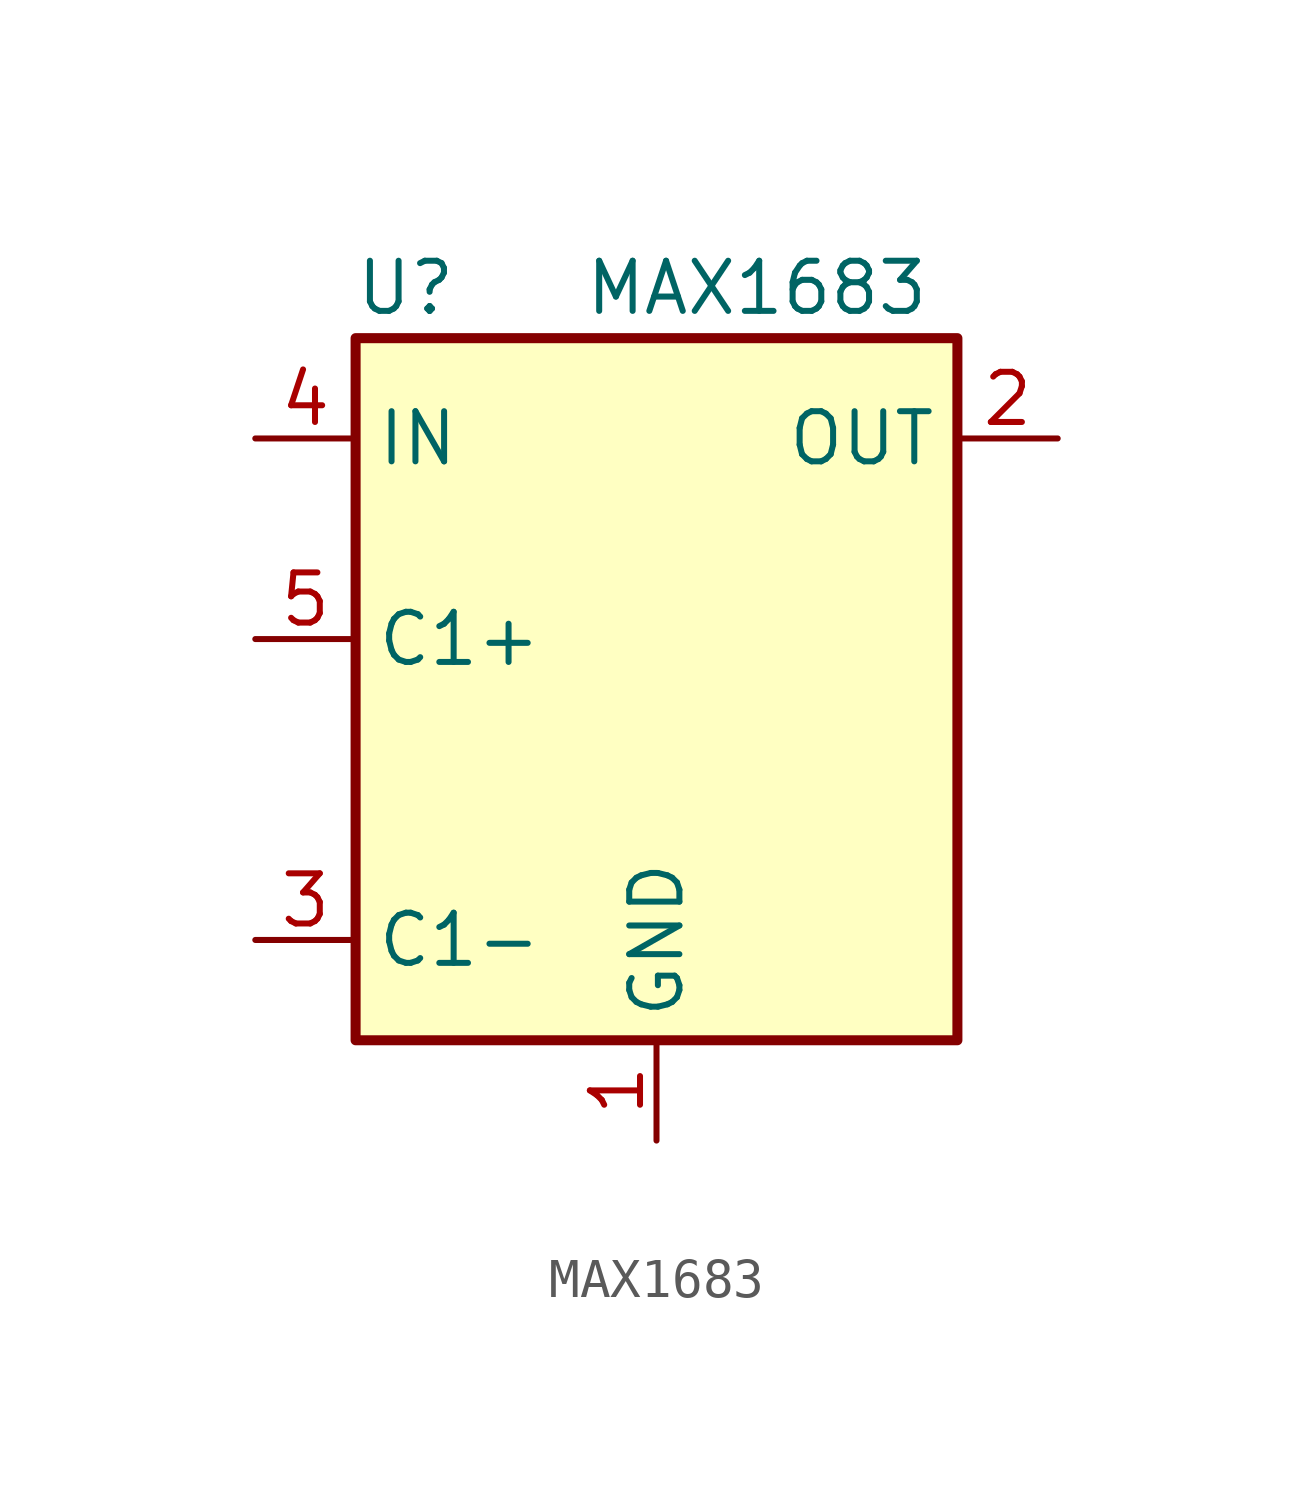
<source format=kicad_sym>
(kicad_symbol_lib
  (version 20220914)
  (generator kicad_symbol_editor)
  (symbol "MAX1683"
    (property "Reference" "U"
      (at -6.35 6.35 0)
      (effects (font (size 1.27 1.27))))
    (property "Value" "MAX1683"
      (at 2.54 6.35 0)
      (effects (font (size 1.27 1.27))))
    (symbol "MAX1683_1_1"
      (rectangle (start -7.62 5.08) (end 7.62 -12.7) (stroke (width 0.254) (type default)) (fill (type background)))
      (pin power_in line (at 0 -15.24 90) (length 2.54) (name "GND" (effects (font (size 1.27 1.27)))) (number "1" (effects (font (size 1.27 1.27)))))
      (pin power_out line (at 10.16 2.54 180) (length 2.54) (name "OUT" (effects (font (size 1.27 1.27)))) (number "2" (effects (font (size 1.27 1.27)))))
      (pin input line (at -10.16 -10.16 0) (length 2.54) (name "C1-" (effects (font (size 1.27 1.27)))) (number "3" (effects (font (size 1.27 1.27)))))
      (pin power_in line (at -10.16 2.54 0) (length 2.54) (name "IN" (effects (font (size 1.27 1.27)))) (number "4" (effects (font (size 1.27 1.27)))))
      (pin input line (at -10.16 -2.54 0) (length 2.54) (name "C1+" (effects (font (size 1.27 1.27)))) (number "5" (effects (font (size 1.27 1.27))))))))
</source>
